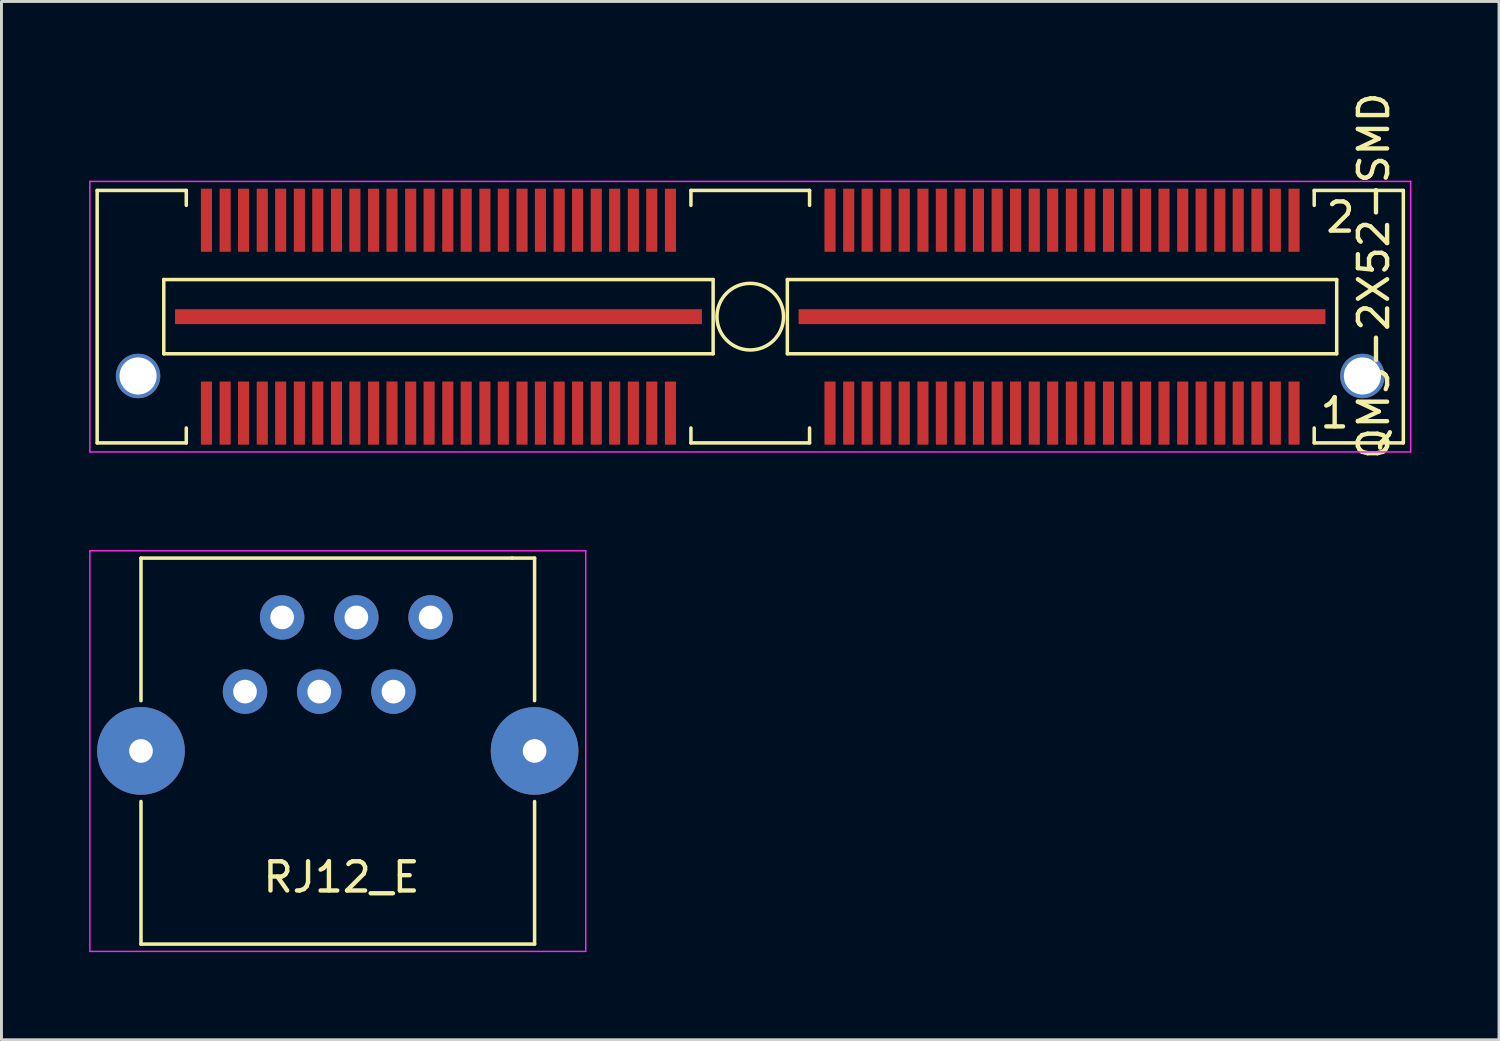
<source format=kicad_pcb>
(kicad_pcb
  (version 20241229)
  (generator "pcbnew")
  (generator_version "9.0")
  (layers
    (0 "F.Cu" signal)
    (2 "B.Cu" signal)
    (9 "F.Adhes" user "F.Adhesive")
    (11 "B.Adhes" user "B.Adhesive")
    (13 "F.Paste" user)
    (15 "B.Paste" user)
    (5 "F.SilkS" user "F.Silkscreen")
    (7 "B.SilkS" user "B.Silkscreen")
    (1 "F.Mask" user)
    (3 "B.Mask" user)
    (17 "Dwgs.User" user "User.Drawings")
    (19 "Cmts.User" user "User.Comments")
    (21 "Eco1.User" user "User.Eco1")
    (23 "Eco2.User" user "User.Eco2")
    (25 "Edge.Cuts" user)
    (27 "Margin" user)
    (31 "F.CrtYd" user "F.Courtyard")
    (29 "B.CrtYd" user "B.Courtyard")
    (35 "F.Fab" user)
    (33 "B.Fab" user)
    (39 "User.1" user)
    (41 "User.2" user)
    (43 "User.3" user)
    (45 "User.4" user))
  (footprint "QMS-2X52-SMD"
    (layer "F.Cu")
    (at 22.625 7.787)
    (property "Reference" "QMS-2X52-SMD" (at 21.34 -1.4 90) (layer "F.SilkS") (effects (font (size 1 1) (thickness 0.15))))
    (attr smd)
    (fp_line (start -22.35 -4.32) (end -19.3 -4.32) (stroke (width 0.12) (type solid)) (layer "F.SilkS"))
    (fp_line (start -22.35 4.32) (end -22.35 -4.32) (stroke (width 0.12) (type solid)) (layer "F.SilkS"))
    (fp_line (start -20.07 -1.27) (end -20.07 1.27) (stroke (width 0.12) (type solid)) (layer "F.SilkS"))
    (fp_line (start -20.07 -1.27) (end -1.27 -1.27) (stroke (width 0.12) (type solid)) (layer "F.SilkS"))
    (fp_line (start -19.3 -4.32) (end -19.3 -3.81) (stroke (width 0.12) (type solid)) (layer "F.SilkS"))
    (fp_line (start -19.3 3.81) (end -19.3 4.32) (stroke (width 0.12) (type solid)) (layer "F.SilkS"))
    (fp_line (start -19.3 4.32) (end -22.35 4.32) (stroke (width 0.12) (type solid)) (layer "F.SilkS"))
    (fp_line (start -2.03 -4.32) (end 2.03 -4.32) (stroke (width 0.12) (type solid)) (layer "F.SilkS"))
    (fp_line (start -2.03 -3.81) (end -2.03 -4.32) (stroke (width 0.12) (type solid)) (layer "F.SilkS"))
    (fp_line (start -2.03 4.32) (end -2.03 3.81) (stroke (width 0.12) (type solid)) (layer "F.SilkS"))
    (fp_line (start -1.27 1.27) (end -20.07 1.27) (stroke (width 0.12) (type solid)) (layer "F.SilkS"))
    (fp_line (start -1.27 1.27) (end -1.27 -1.27) (stroke (width 0.12) (type solid)) (layer "F.SilkS"))
    (fp_line (start 1.27 -1.27) (end 20.07 -1.27) (stroke (width 0.12) (type solid)) (layer "F.SilkS"))
    (fp_line (start 1.27 1.27) (end 1.27 -1.27) (stroke (width 0.12) (type solid)) (layer "F.SilkS"))
    (fp_line (start 2.03 -4.32) (end 2.03 -3.81) (stroke (width 0.12) (type solid)) (layer "F.SilkS"))
    (fp_line (start 2.03 3.81) (end 2.03 4.32) (stroke (width 0.12) (type solid)) (layer "F.SilkS"))
    (fp_line (start 2.03 4.32) (end -2.03 4.32) (stroke (width 0.12) (type solid)) (layer "F.SilkS"))
    (fp_line (start 19.3 -4.32) (end 22.35 -4.32) (stroke (width 0.12) (type solid)) (layer "F.SilkS"))
    (fp_line (start 19.3 -3.81) (end 19.3 -4.32) (stroke (width 0.12) (type solid)) (layer "F.SilkS"))
    (fp_line (start 19.3 4.32) (end 19.3 3.81) (stroke (width 0.12) (type solid)) (layer "F.SilkS"))
    (fp_line (start 20.07 -1.27) (end 20.07 1.27) (stroke (width 0.12) (type solid)) (layer "F.SilkS"))
    (fp_line (start 20.07 1.27) (end 1.27 1.27) (stroke (width 0.12) (type solid)) (layer "F.SilkS"))
    (fp_line (start 22.35 -4.32) (end 22.35 4.32) (stroke (width 0.12) (type solid)) (layer "F.SilkS"))
    (fp_line (start 22.35 4.32) (end 19.3 4.32) (stroke (width 0.12) (type solid)) (layer "F.SilkS"))
    (fp_circle (center 0 0) (end 0 -1.14) (stroke (width 0.12) (type solid)) (fill no) (layer "F.SilkS"))
    (fp_line (start -22.6 -4.63) (end -22.6 4.63) (stroke (width 0.05) (type solid)) (layer "F.CrtYd"))
    (fp_line (start -22.6 -4.63) (end 22.6 -4.63) (stroke (width 0.05) (type solid)) (layer "F.CrtYd"))
    (fp_line (start 22.6 4.63) (end -22.6 4.63) (stroke (width 0.05) (type solid)) (layer "F.CrtYd"))
    (fp_line (start 22.6 4.63) (end 22.6 -4.63) (stroke (width 0.05) (type solid)) (layer "F.CrtYd"))
    (fp_text user "1" (at 20 3.3 0) (layer "F.SilkS") (effects (font (size 1 1) (thickness 0.15))))
    (fp_text user "2" (at 20.2 -3.4 0) (layer "F.SilkS") (effects (font (size 1 1) (thickness 0.15))))
    (pad "" thru_hole circle (at -20.95 2.03) (size 1.52 1.52) (drill 1.27) (layers "*.Cu" "*.Mask"))
    (pad "" thru_hole circle (at 20.95 2.03) (size 1.52 1.52) (drill 1.27) (layers "*.Cu" "*.Mask"))
    (pad "1" smd rect (at 18.61 3.3) (size 0.38 2.16) (layers "F.Cu" "F.Mask" "F.Paste"))
    (pad "2" smd rect (at 18.61 -3.3) (size 0.38 2.16) (layers "F.Cu" "F.Mask" "F.Paste"))
    (pad "3" smd rect (at 17.97 3.3) (size 0.38 2.16) (layers "F.Cu" "F.Mask" "F.Paste"))
    (pad "4" smd rect (at 17.97 -3.3) (size 0.38 2.16) (layers "F.Cu" "F.Mask" "F.Paste"))
    (pad "5" smd rect (at 17.34 3.3) (size 0.38 2.16) (layers "F.Cu" "F.Mask" "F.Paste"))
    (pad "6" smd rect (at 17.34 -3.3) (size 0.38 2.16) (layers "F.Cu" "F.Mask" "F.Paste"))
    (pad "7" smd rect (at 16.7 3.3) (size 0.38 2.16) (layers "F.Cu" "F.Mask" "F.Paste"))
    (pad "8" smd rect (at 16.7 -3.3) (size 0.38 2.16) (layers "F.Cu" "F.Mask" "F.Paste"))
    (pad "9" smd rect (at 16.07 3.3) (size 0.38 2.16) (layers "F.Cu" "F.Mask" "F.Paste"))
    (pad "10" smd rect (at 16.07 -3.3) (size 0.38 2.16) (layers "F.Cu" "F.Mask" "F.Paste"))
    (pad "11" smd rect (at 15.43 3.3) (size 0.38 2.16) (layers "F.Cu" "F.Mask" "F.Paste"))
    (pad "12" smd rect (at 15.43 -3.3) (size 0.38 2.16) (layers "F.Cu" "F.Mask" "F.Paste"))
    (pad "13" smd rect (at 14.8 3.3) (size 0.38 2.16) (layers "F.Cu" "F.Mask" "F.Paste"))
    (pad "14" smd rect (at 14.8 -3.3) (size 0.38 2.16) (layers "F.Cu" "F.Mask" "F.Paste"))
    (pad "15" smd rect (at 14.16 3.3) (size 0.38 2.16) (layers "F.Cu" "F.Mask" "F.Paste"))
    (pad "16" smd rect (at 14.16 -3.3) (size 0.38 2.16) (layers "F.Cu" "F.Mask" "F.Paste"))
    (pad "17" smd rect (at 13.53 3.3) (size 0.38 2.16) (layers "F.Cu" "F.Mask" "F.Paste"))
    (pad "18" smd rect (at 13.53 -3.3) (size 0.38 2.16) (layers "F.Cu" "F.Mask" "F.Paste"))
    (pad "19" smd rect (at 12.89 3.3) (size 0.38 2.16) (layers "F.Cu" "F.Mask" "F.Paste"))
    (pad "20" smd rect (at 12.89 -3.3) (size 0.38 2.16) (layers "F.Cu" "F.Mask" "F.Paste"))
    (pad "21" smd rect (at 12.26 3.3) (size 0.38 2.16) (layers "F.Cu" "F.Mask" "F.Paste"))
    (pad "22" smd rect (at 12.26 -3.3) (size 0.38 2.16) (layers "F.Cu" "F.Mask" "F.Paste"))
    (pad "23" smd rect (at 11.62 3.3) (size 0.38 2.16) (layers "F.Cu" "F.Mask" "F.Paste"))
    (pad "24" smd rect (at 11.62 -3.3) (size 0.38 2.16) (layers "F.Cu" "F.Mask" "F.Paste"))
    (pad "25" smd rect (at 10.99 3.3) (size 0.38 2.16) (layers "F.Cu" "F.Mask" "F.Paste"))
    (pad "26" smd rect (at 10.99 -3.3) (size 0.38 2.16) (layers "F.Cu" "F.Mask" "F.Paste"))
    (pad "27" smd rect (at 10.35 3.3) (size 0.38 2.16) (layers "F.Cu" "F.Mask" "F.Paste"))
    (pad "28" smd rect (at 10.35 -3.3) (size 0.38 2.16) (layers "F.Cu" "F.Mask" "F.Paste"))
    (pad "29" smd rect (at 9.72 3.3) (size 0.38 2.16) (layers "F.Cu" "F.Mask" "F.Paste"))
    (pad "30" smd rect (at 9.72 -3.3) (size 0.38 2.16) (layers "F.Cu" "F.Mask" "F.Paste"))
    (pad "31" smd rect (at 9.08 3.3) (size 0.38 2.16) (layers "F.Cu" "F.Mask" "F.Paste"))
    (pad "32" smd rect (at 9.08 -3.3) (size 0.38 2.16) (layers "F.Cu" "F.Mask" "F.Paste"))
    (pad "33" smd rect (at 8.45 3.3) (size 0.38 2.16) (layers "F.Cu" "F.Mask" "F.Paste"))
    (pad "34" smd rect (at 8.45 -3.3) (size 0.38 2.16) (layers "F.Cu" "F.Mask" "F.Paste"))
    (pad "35" smd rect (at 7.81 3.3) (size 0.38 2.16) (layers "F.Cu" "F.Mask" "F.Paste"))
    (pad "36" smd rect (at 7.81 -3.3) (size 0.38 2.16) (layers "F.Cu" "F.Mask" "F.Paste"))
    (pad "37" smd rect (at 7.18 3.3) (size 0.38 2.16) (layers "F.Cu" "F.Mask" "F.Paste"))
    (pad "38" smd rect (at 7.18 -3.3) (size 0.38 2.16) (layers "F.Cu" "F.Mask" "F.Paste"))
    (pad "39" smd rect (at 6.54 3.3) (size 0.38 2.16) (layers "F.Cu" "F.Mask" "F.Paste"))
    (pad "40" smd rect (at 6.54 -3.3) (size 0.38 2.16) (layers "F.Cu" "F.Mask" "F.Paste"))
    (pad "41" smd rect (at 5.91 3.3) (size 0.38 2.16) (layers "F.Cu" "F.Mask" "F.Paste"))
    (pad "42" smd rect (at 5.91 -3.3) (size 0.38 2.16) (layers "F.Cu" "F.Mask" "F.Paste"))
    (pad "43" smd rect (at 5.27 3.3) (size 0.38 2.16) (layers "F.Cu" "F.Mask" "F.Paste"))
    (pad "44" smd rect (at 5.27 -3.3) (size 0.38 2.16) (layers "F.Cu" "F.Mask" "F.Paste"))
    (pad "45" smd rect (at 4.64 3.3) (size 0.38 2.16) (layers "F.Cu" "F.Mask" "F.Paste"))
    (pad "46" smd rect (at 4.64 -3.3) (size 0.38 2.16) (layers "F.Cu" "F.Mask" "F.Paste"))
    (pad "47" smd rect (at 4 3.3) (size 0.38 2.16) (layers "F.Cu" "F.Mask" "F.Paste"))
    (pad "48" smd rect (at 4 -3.3) (size 0.38 2.16) (layers "F.Cu" "F.Mask" "F.Paste"))
    (pad "49" smd rect (at 3.37 3.3) (size 0.38 2.16) (layers "F.Cu" "F.Mask" "F.Paste"))
    (pad "50" smd rect (at 3.37 -3.3) (size 0.38 2.16) (layers "F.Cu" "F.Mask" "F.Paste"))
    (pad "51" smd rect (at 2.73 3.3) (size 0.38 2.16) (layers "F.Cu" "F.Mask" "F.Paste"))
    (pad "52" smd rect (at 2.73 -3.3) (size 0.38 2.16) (layers "F.Cu" "F.Mask" "F.Paste"))
    (pad "53" smd rect (at -2.73 3.3) (size 0.38 2.16) (layers "F.Cu" "F.Mask" "F.Paste"))
    (pad "54" smd rect (at -2.73 -3.3) (size 0.38 2.16) (layers "F.Cu" "F.Mask" "F.Paste"))
    (pad "55" smd rect (at -3.37 3.3) (size 0.38 2.16) (layers "F.Cu" "F.Mask" "F.Paste"))
    (pad "56" smd rect (at -3.37 -3.3) (size 0.38 2.16) (layers "F.Cu" "F.Mask" "F.Paste"))
    (pad "57" smd rect (at -4 3.3) (size 0.38 2.16) (layers "F.Cu" "F.Mask" "F.Paste"))
    (pad "58" smd rect (at -4 -3.3) (size 0.38 2.16) (layers "F.Cu" "F.Mask" "F.Paste"))
    (pad "59" smd rect (at -4.64 3.3) (size 0.38 2.16) (layers "F.Cu" "F.Mask" "F.Paste"))
    (pad "60" smd rect (at -4.64 -3.3) (size 0.38 2.16) (layers "F.Cu" "F.Mask" "F.Paste"))
    (pad "61" smd rect (at -5.27 3.3) (size 0.38 2.16) (layers "F.Cu" "F.Mask" "F.Paste"))
    (pad "62" smd rect (at -5.27 -3.3) (size 0.38 2.16) (layers "F.Cu" "F.Mask" "F.Paste"))
    (pad "63" smd rect (at -5.91 3.3) (size 0.38 2.16) (layers "F.Cu" "F.Mask" "F.Paste"))
    (pad "64" smd rect (at -5.91 -3.3) (size 0.38 2.16) (layers "F.Cu" "F.Mask" "F.Paste"))
    (pad "65" smd rect (at -6.54 3.3) (size 0.38 2.16) (layers "F.Cu" "F.Mask" "F.Paste"))
    (pad "66" smd rect (at -6.54 -3.3) (size 0.38 2.16) (layers "F.Cu" "F.Mask" "F.Paste"))
    (pad "67" smd rect (at -7.18 3.3) (size 0.38 2.16) (layers "F.Cu" "F.Mask" "F.Paste"))
    (pad "68" smd rect (at -7.18 -3.3) (size 0.38 2.16) (layers "F.Cu" "F.Mask" "F.Paste"))
    (pad "69" smd rect (at -7.81 3.3) (size 0.38 2.16) (layers "F.Cu" "F.Mask" "F.Paste"))
    (pad "70" smd rect (at -7.81 -3.3) (size 0.38 2.16) (layers "F.Cu" "F.Mask" "F.Paste"))
    (pad "71" smd rect (at -8.45 3.3) (size 0.38 2.16) (layers "F.Cu" "F.Mask" "F.Paste"))
    (pad "72" smd rect (at -8.45 -3.3) (size 0.38 2.16) (layers "F.Cu" "F.Mask" "F.Paste"))
    (pad "73" smd rect (at -9.08 3.3) (size 0.38 2.16) (layers "F.Cu" "F.Mask" "F.Paste"))
    (pad "74" smd rect (at -9.08 -3.3) (size 0.38 2.16) (layers "F.Cu" "F.Mask" "F.Paste"))
    (pad "75" smd rect (at -9.72 3.3) (size 0.38 2.16) (layers "F.Cu" "F.Mask" "F.Paste"))
    (pad "76" smd rect (at -9.72 -3.3) (size 0.38 2.16) (layers "F.Cu" "F.Mask" "F.Paste"))
    (pad "77" smd rect (at -10.35 3.3) (size 0.38 2.16) (layers "F.Cu" "F.Mask" "F.Paste"))
    (pad "78" smd rect (at -10.35 -3.3) (size 0.38 2.16) (layers "F.Cu" "F.Mask" "F.Paste"))
    (pad "79" smd rect (at -10.99 3.3) (size 0.38 2.16) (layers "F.Cu" "F.Mask" "F.Paste"))
    (pad "80" smd rect (at -10.99 -3.3) (size 0.38 2.16) (layers "F.Cu" "F.Mask" "F.Paste"))
    (pad "81" smd rect (at -11.62 3.3) (size 0.38 2.16) (layers "F.Cu" "F.Mask" "F.Paste"))
    (pad "82" smd rect (at -11.62 -3.3) (size 0.38 2.16) (layers "F.Cu" "F.Mask" "F.Paste"))
    (pad "83" smd rect (at -12.26 3.3) (size 0.38 2.16) (layers "F.Cu" "F.Mask" "F.Paste"))
    (pad "84" smd rect (at -12.26 -3.3) (size 0.38 2.16) (layers "F.Cu" "F.Mask" "F.Paste"))
    (pad "85" smd rect (at -12.89 3.3) (size 0.38 2.16) (layers "F.Cu" "F.Mask" "F.Paste"))
    (pad "86" smd rect (at -12.89 -3.3) (size 0.38 2.16) (layers "F.Cu" "F.Mask" "F.Paste"))
    (pad "87" smd rect (at -13.53 3.3) (size 0.38 2.16) (layers "F.Cu" "F.Mask" "F.Paste"))
    (pad "88" smd rect (at -13.53 -3.3) (size 0.38 2.16) (layers "F.Cu" "F.Mask" "F.Paste"))
    (pad "89" smd rect (at -14.16 3.3) (size 0.38 2.16) (layers "F.Cu" "F.Mask" "F.Paste"))
    (pad "90" smd rect (at -14.16 -3.3) (size 0.38 2.16) (layers "F.Cu" "F.Mask" "F.Paste"))
    (pad "91" smd rect (at -14.8 3.3) (size 0.38 2.16) (layers "F.Cu" "F.Mask" "F.Paste"))
    (pad "92" smd rect (at -14.8 -3.3) (size 0.38 2.16) (layers "F.Cu" "F.Mask" "F.Paste"))
    (pad "93" smd rect (at -15.43 3.3) (size 0.38 2.16) (layers "F.Cu" "F.Mask" "F.Paste"))
    (pad "94" smd rect (at -15.43 -3.3) (size 0.38 2.16) (layers "F.Cu" "F.Mask" "F.Paste"))
    (pad "95" smd rect (at -16.07 3.3) (size 0.38 2.16) (layers "F.Cu" "F.Mask" "F.Paste"))
    (pad "96" smd rect (at -16.07 -3.3) (size 0.38 2.16) (layers "F.Cu" "F.Mask" "F.Paste"))
    (pad "97" smd rect (at -16.7 3.3) (size 0.38 2.16) (layers "F.Cu" "F.Mask" "F.Paste"))
    (pad "98" smd rect (at -16.7 -3.3) (size 0.38 2.16) (layers "F.Cu" "F.Mask" "F.Paste"))
    (pad "99" smd rect (at -17.34 3.3) (size 0.38 2.16) (layers "F.Cu" "F.Mask" "F.Paste"))
    (pad "100" smd rect (at -17.34 -3.3) (size 0.38 2.16) (layers "F.Cu" "F.Mask" "F.Paste"))
    (pad "101" smd rect (at -17.97 3.3) (size 0.38 2.16) (layers "F.Cu" "F.Mask" "F.Paste"))
    (pad "102" smd rect (at -17.97 -3.3) (size 0.38 2.16) (layers "F.Cu" "F.Mask" "F.Paste"))
    (pad "103" smd rect (at -18.61 3.3) (size 0.38 2.16) (layers "F.Cu" "F.Mask" "F.Paste"))
    (pad "104" smd rect (at -18.61 -3.3) (size 0.38 2.16) (layers "F.Cu" "F.Mask" "F.Paste"))
    (pad "105" smd rect (at 10.67 0) (size 18.03 0.51) (layers "F.Cu" "F.Mask" "F.Paste"))
    (pad "106" smd rect (at -10.67 0) (size 18.03 0.51) (layers "F.Cu" "F.Mask" "F.Paste")))
  (footprint "RJ12_E"
    (layer "F.Cu")
    (at 5.335 20.619)
    (property "Reference" "RJ12_E" (at 3.3 6.35 0) (layer "F.SilkS") (effects (font (size 1 1) (thickness 0.15))))
    (attr through_hole)
    (fp_line (start -3.56 -4.57) (end -3.56 0.31) (stroke (width 0.12) (type solid)) (layer "F.SilkS"))
    (fp_line (start -3.56 -4.57) (end 9.14 -4.57) (stroke (width 0.12) (type solid)) (layer "F.SilkS"))
    (fp_line (start -3.56 3.76) (end -3.56 8.64) (stroke (width 0.12) (type solid)) (layer "F.SilkS"))
    (fp_line (start -3.56 8.64) (end 9.91 8.64) (stroke (width 0.12) (type solid)) (layer "F.SilkS"))
    (fp_line (start 9.14 -4.57) (end 9.91 -4.57) (stroke (width 0.12) (type solid)) (layer "F.SilkS"))
    (fp_line (start 9.91 -4.57) (end 9.91 0.31) (stroke (width 0.12) (type solid)) (layer "F.SilkS"))
    (fp_line (start 9.91 3.76) (end 9.91 8.64) (stroke (width 0.12) (type solid)) (layer "F.SilkS"))
    (fp_line (start -5.31 -4.82) (end -5.31 8.89) (stroke (width 0.05) (type solid)) (layer "F.CrtYd"))
    (fp_line (start -5.31 -4.82) (end 11.66 -4.82) (stroke (width 0.05) (type solid)) (layer "F.CrtYd"))
    (fp_line (start 11.66 8.89) (end -5.31 8.89) (stroke (width 0.05) (type solid)) (layer "F.CrtYd"))
    (fp_line (start 11.66 8.89) (end 11.66 -4.82) (stroke (width 0.05) (type solid)) (layer "F.CrtYd"))
    (pad "1" thru_hole circle (at 0 0) (size 1.52 1.52) (drill 0.81) (layers "*.Cu" "*.Mask"))
    (pad "2" thru_hole circle (at 1.27 -2.54) (size 1.52 1.52) (drill 0.81) (layers "*.Cu" "*.Mask"))
    (pad "3" thru_hole circle (at 2.54 0) (size 1.52 1.52) (drill 0.81) (layers "*.Cu" "*.Mask"))
    (pad "4" thru_hole circle (at 3.81 -2.54) (size 1.52 1.52) (drill 0.81) (layers "*.Cu" "*.Mask"))
    (pad "5" thru_hole circle (at 5.08 0) (size 1.52 1.52) (drill 0.81) (layers "*.Cu" "*.Mask"))
    (pad "6" thru_hole circle (at 6.35 -2.54) (size 1.52 1.52) (drill 0.81) (layers "*.Cu" "*.Mask"))
    (pad "7" thru_hole circle (at -3.56 2.03) (size 3 3) (drill 0.81) (layers "*.Cu" "*.Mask"))
    (pad "8" thru_hole circle (at 9.91 2.03) (size 3 3) (drill 0.81) (layers "*.Cu" "*.Mask")))
  (gr_rect
    (start -3 -3)
    (end 48.25 32.534)
    (stroke (width 0.1) (type default))
    (fill no)
    (layer "Edge.Cuts")))
</source>
